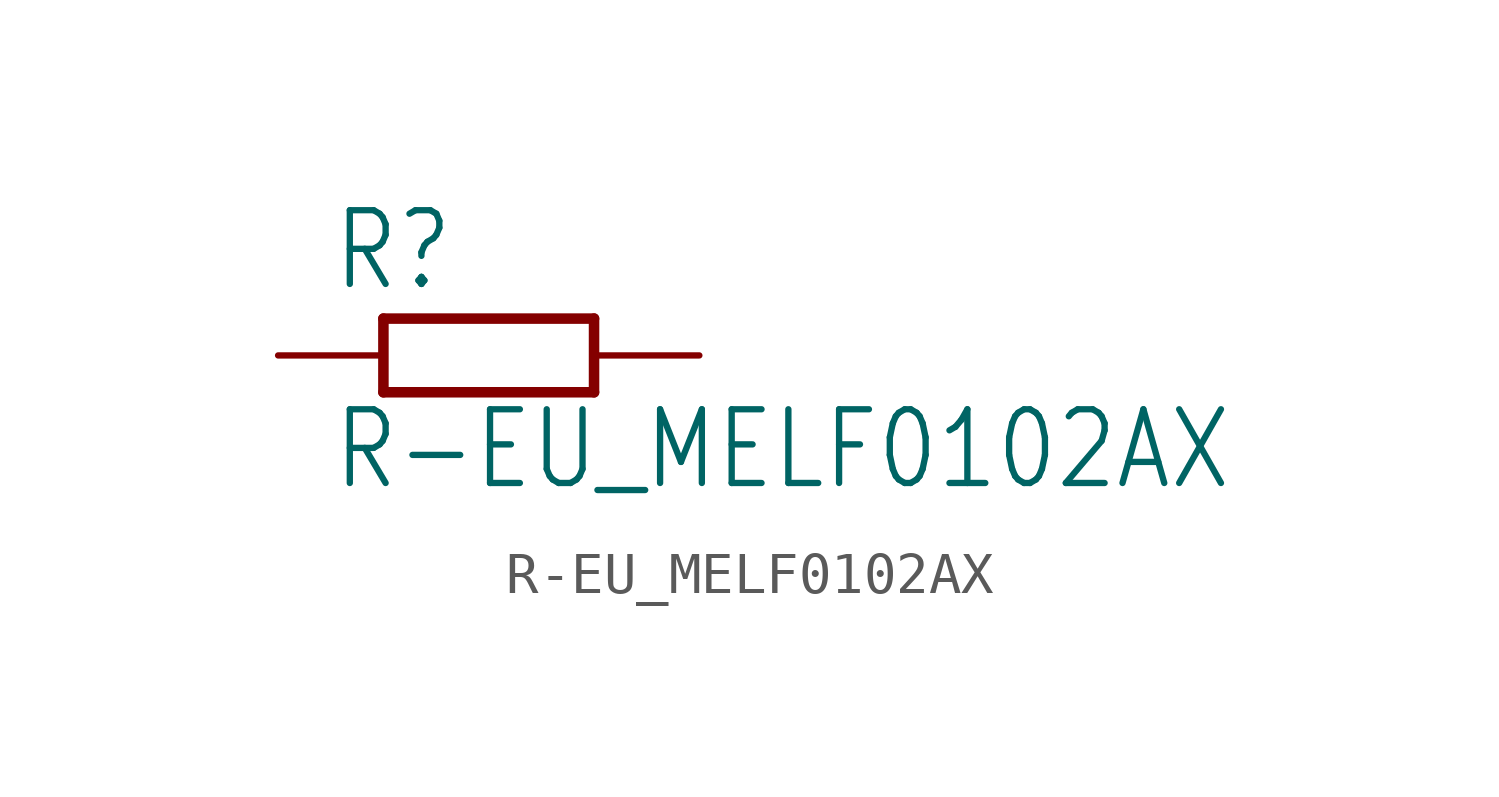
<source format=kicad_sym>
(kicad_symbol_lib
  (version 20220914)
  (generator kicad_symbol_editor)
  (symbol "R-EU_MELF0102AX"
    (property "Reference" "R"
      (at -3.81 1.499 0)
      (effects (font (size 1.778 1.511)) (justify left bottom)))
    (property "Value" "R-EU_MELF0102AX"
      (at -3.81 -3.302 0)
      (effects (font (size 1.778 1.511)) (justify left bottom)))
    (property "ki_locked" ""
      (at 0 0 0)
      (effects (font (size 1.27 1.27))))
    (symbol "R-EU_MELF0102AX_1_0"
      (polyline (pts (xy -2.54 -0.889) (xy -2.54 0.889)) (stroke (width 0.254) (type default)) (fill (type none)))
      (polyline (pts (xy -2.54 -0.889) (xy 2.54 -0.889)) (stroke (width 0.254) (type default)) (fill (type none)))
      (polyline (pts (xy 2.54 -0.889) (xy 2.54 0.889)) (stroke (width 0.254) (type default)) (fill (type none)))
      (polyline (pts (xy 2.54 0.889) (xy -2.54 0.889)) (stroke (width 0.254) (type default)) (fill (type none)))
      (pin passive line (at -5.08 0 0) (length 2.54) (name "1" (effects (font (size 0 0)))) (number "1" (effects (font (size 0 0)))))
      (pin passive line (at 5.08 0 180) (length 2.54) (name "2" (effects (font (size 0 0)))) (number "2" (effects (font (size 0 0))))))))
</source>
